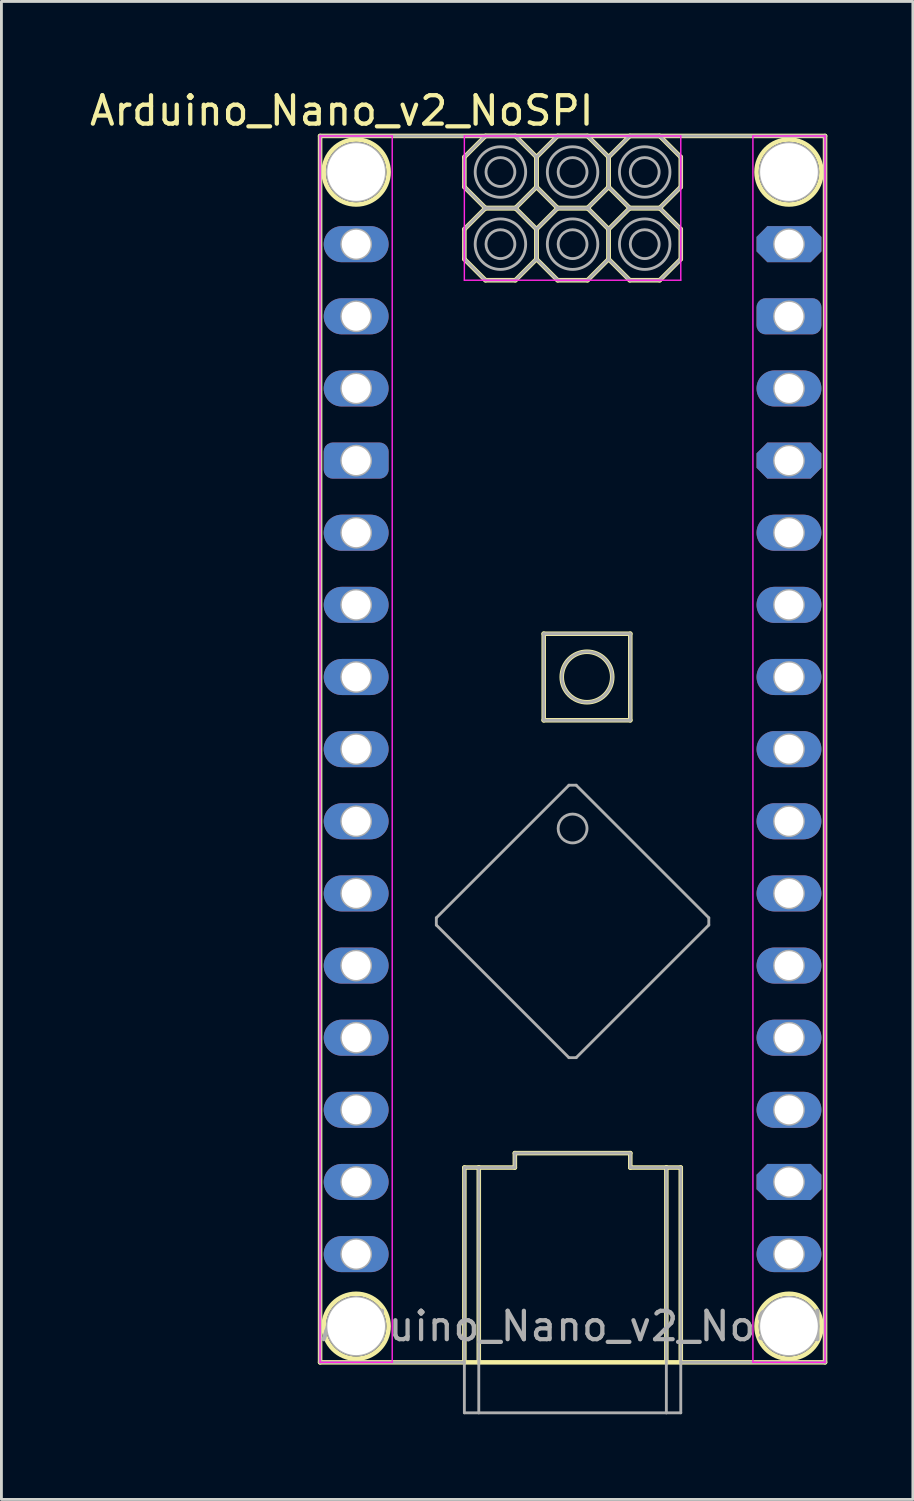
<source format=kicad_pcb>
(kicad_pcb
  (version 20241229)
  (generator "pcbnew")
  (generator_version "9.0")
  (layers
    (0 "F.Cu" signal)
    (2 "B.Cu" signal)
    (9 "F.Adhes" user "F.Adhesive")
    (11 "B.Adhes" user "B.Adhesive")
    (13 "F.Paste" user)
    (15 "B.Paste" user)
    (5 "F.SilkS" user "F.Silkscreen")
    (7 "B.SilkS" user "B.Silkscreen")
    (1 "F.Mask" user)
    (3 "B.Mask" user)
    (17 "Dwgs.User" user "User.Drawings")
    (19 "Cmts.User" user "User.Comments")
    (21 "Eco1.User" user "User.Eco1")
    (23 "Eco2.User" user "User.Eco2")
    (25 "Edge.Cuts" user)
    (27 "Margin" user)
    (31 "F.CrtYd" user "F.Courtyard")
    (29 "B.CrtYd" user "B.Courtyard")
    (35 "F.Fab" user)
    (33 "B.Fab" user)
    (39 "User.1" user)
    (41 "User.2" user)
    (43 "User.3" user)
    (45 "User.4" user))
  (footprint "Arduino_Nano_v2_NoSPI"
    (layer "F.Cu")
    (at 17.11 3.007)
    (property "Reference" "Arduino_Nano_v2_NoSPI" (at -8.128 -2.159 180) (layer "F.SilkS") (effects (font (size 1 1) (thickness 0.15))))
    (attr through_hole)
    (fp_line (start -8.89 -1.27) (end -8.89 41.91) (stroke (width 0.16) (type solid)) (layer "F.SilkS"))
    (fp_line (start -8.89 41.91) (end -3.81 41.91) (stroke (width 0.16) (type solid)) (layer "F.SilkS"))
    (fp_line (start -3.81 -0.526) (end -3.81 0.526) (stroke (width 0.16) (type solid)) (layer "F.SilkS"))
    (fp_line (start -3.81 0.526) (end -3.066 1.27) (stroke (width 0.16) (type solid)) (layer "F.SilkS"))
    (fp_line (start -3.81 2.014) (end -3.81 3.066) (stroke (width 0.16) (type solid)) (layer "F.SilkS"))
    (fp_line (start -3.81 3.066) (end -3.066 3.81) (stroke (width 0.16) (type solid)) (layer "F.SilkS"))
    (fp_line (start -3.81 35.052) (end -3.81 41.91) (stroke (width 0.16) (type solid)) (layer "F.SilkS"))
    (fp_line (start -3.302 35.052) (end -3.81 35.052) (stroke (width 0.16) (type solid)) (layer "F.SilkS"))
    (fp_line (start -3.302 35.052) (end -3.302 41.91) (stroke (width 0.16) (type solid)) (layer "F.SilkS"))
    (fp_line (start -3.302 35.052) (end -2.032 35.052) (stroke (width 0.16) (type solid)) (layer "F.SilkS"))
    (fp_line (start -3.302 41.91) (end -3.81 41.91) (stroke (width 0.16) (type solid)) (layer "F.SilkS"))
    (fp_line (start -3.066 -1.27) (end -3.81 -0.526) (stroke (width 0.16) (type solid)) (layer "F.SilkS"))
    (fp_line (start -3.066 1.27) (end -3.81 2.014) (stroke (width 0.16) (type solid)) (layer "F.SilkS"))
    (fp_line (start -3.066 1.27) (end -2.014 1.27) (stroke (width 0.16) (type solid)) (layer "F.SilkS"))
    (fp_line (start -3.066 3.81) (end -2.014 3.81) (stroke (width 0.16) (type solid)) (layer "F.SilkS"))
    (fp_line (start -2.032 34.544) (end -2.032 35.052) (stroke (width 0.16) (type solid)) (layer "F.SilkS"))
    (fp_line (start -2.032 34.544) (end 2.032 34.544) (stroke (width 0.16) (type solid)) (layer "F.SilkS"))
    (fp_line (start -2.014 -1.27) (end -3.066 -1.27) (stroke (width 0.16) (type solid)) (layer "F.SilkS"))
    (fp_line (start -2.014 1.27) (end -3.066 1.27) (stroke (width 0.16) (type solid)) (layer "F.SilkS"))
    (fp_line (start -2.014 1.27) (end -1.27 0.526) (stroke (width 0.16) (type solid)) (layer "F.SilkS"))
    (fp_line (start -2.014 3.81) (end -1.27 3.066) (stroke (width 0.16) (type solid)) (layer "F.SilkS"))
    (fp_line (start -1.27 -0.526) (end -2.014 -1.27) (stroke (width 0.16) (type solid)) (layer "F.SilkS"))
    (fp_line (start -1.27 -0.526) (end -1.27 0.526) (stroke (width 0.16) (type solid)) (layer "F.SilkS"))
    (fp_line (start -1.27 0.526) (end -1.27 -0.526) (stroke (width 0.16) (type solid)) (layer "F.SilkS"))
    (fp_line (start -1.27 0.526) (end -0.526 1.27) (stroke (width 0.16) (type solid)) (layer "F.SilkS"))
    (fp_line (start -1.27 2.014) (end -2.014 1.27) (stroke (width 0.16) (type solid)) (layer "F.SilkS"))
    (fp_line (start -1.27 2.014) (end -1.27 3.066) (stroke (width 0.16) (type solid)) (layer "F.SilkS"))
    (fp_line (start -1.27 3.066) (end -1.27 2.014) (stroke (width 0.16) (type solid)) (layer "F.SilkS"))
    (fp_line (start -1.27 3.066) (end -0.526 3.81) (stroke (width 0.16) (type solid)) (layer "F.SilkS"))
    (fp_line (start -1.016 16.256) (end -1.016 19.304) (stroke (width 0.16) (type solid)) (layer "F.SilkS"))
    (fp_line (start -1.016 19.304) (end 2.032 19.304) (stroke (width 0.16) (type solid)) (layer "F.SilkS"))
    (fp_line (start -0.526 -1.27) (end -1.27 -0.526) (stroke (width 0.16) (type solid)) (layer "F.SilkS"))
    (fp_line (start -0.526 1.27) (end -1.27 2.014) (stroke (width 0.16) (type solid)) (layer "F.SilkS"))
    (fp_line (start -0.526 1.27) (end 0.526 1.27) (stroke (width 0.16) (type solid)) (layer "F.SilkS"))
    (fp_line (start -0.526 3.81) (end 0.526 3.81) (stroke (width 0.16) (type solid)) (layer "F.SilkS"))
    (fp_line (start 0.526 -1.27) (end -0.526 -1.27) (stroke (width 0.16) (type solid)) (layer "F.SilkS"))
    (fp_line (start 0.526 1.27) (end -0.526 1.27) (stroke (width 0.16) (type solid)) (layer "F.SilkS"))
    (fp_line (start 0.526 1.27) (end 1.27 0.526) (stroke (width 0.16) (type solid)) (layer "F.SilkS"))
    (fp_line (start 0.526 3.81) (end 1.27 3.066) (stroke (width 0.16) (type solid)) (layer "F.SilkS"))
    (fp_line (start 1.27 -0.526) (end 0.526 -1.27) (stroke (width 0.16) (type solid)) (layer "F.SilkS"))
    (fp_line (start 1.27 -0.526) (end 1.27 0.526) (stroke (width 0.16) (type solid)) (layer "F.SilkS"))
    (fp_line (start 1.27 0.526) (end 1.27 -0.526) (stroke (width 0.16) (type solid)) (layer "F.SilkS"))
    (fp_line (start 1.27 0.526) (end 2.014 1.27) (stroke (width 0.16) (type solid)) (layer "F.SilkS"))
    (fp_line (start 1.27 2.014) (end 0.526 1.27) (stroke (width 0.16) (type solid)) (layer "F.SilkS"))
    (fp_line (start 1.27 2.014) (end 1.27 3.066) (stroke (width 0.16) (type solid)) (layer "F.SilkS"))
    (fp_line (start 1.27 3.066) (end 1.27 2.014) (stroke (width 0.16) (type solid)) (layer "F.SilkS"))
    (fp_line (start 1.27 3.066) (end 2.014 3.81) (stroke (width 0.16) (type solid)) (layer "F.SilkS"))
    (fp_line (start 2.014 -1.27) (end 1.27 -0.526) (stroke (width 0.16) (type solid)) (layer "F.SilkS"))
    (fp_line (start 2.014 1.27) (end 1.27 2.014) (stroke (width 0.16) (type solid)) (layer "F.SilkS"))
    (fp_line (start 2.014 1.27) (end 3.066 1.27) (stroke (width 0.16) (type solid)) (layer "F.SilkS"))
    (fp_line (start 2.014 3.81) (end 3.066 3.81) (stroke (width 0.16) (type solid)) (layer "F.SilkS"))
    (fp_line (start 2.032 16.256) (end -1.016 16.256) (stroke (width 0.16) (type solid)) (layer "F.SilkS"))
    (fp_line (start 2.032 19.304) (end 2.032 16.256) (stroke (width 0.16) (type solid)) (layer "F.SilkS"))
    (fp_line (start 2.032 34.544) (end 2.032 35.052) (stroke (width 0.16) (type solid)) (layer "F.SilkS"))
    (fp_line (start 3.066 -1.27) (end 2.014 -1.27) (stroke (width 0.16) (type solid)) (layer "F.SilkS"))
    (fp_line (start 3.066 1.27) (end 2.014 1.27) (stroke (width 0.16) (type solid)) (layer "F.SilkS"))
    (fp_line (start 3.066 1.27) (end 3.81 0.526) (stroke (width 0.16) (type solid)) (layer "F.SilkS"))
    (fp_line (start 3.066 3.81) (end 3.81 3.066) (stroke (width 0.16) (type solid)) (layer "F.SilkS"))
    (fp_line (start 3.302 35.052) (end 2.032 35.052) (stroke (width 0.16) (type solid)) (layer "F.SilkS"))
    (fp_line (start 3.302 35.052) (end 3.302 41.91) (stroke (width 0.16) (type solid)) (layer "F.SilkS"))
    (fp_line (start 3.302 35.052) (end 3.81 35.052) (stroke (width 0.16) (type solid)) (layer "F.SilkS"))
    (fp_line (start 3.302 41.91) (end -3.302 41.91) (stroke (width 0.16) (type solid)) (layer "F.SilkS"))
    (fp_line (start 3.81 -0.526) (end 3.066 -1.27) (stroke (width 0.16) (type solid)) (layer "F.SilkS"))
    (fp_line (start 3.81 0.526) (end 3.81 -0.526) (stroke (width 0.16) (type solid)) (layer "F.SilkS"))
    (fp_line (start 3.81 2.014) (end 3.066 1.27) (stroke (width 0.16) (type solid)) (layer "F.SilkS"))
    (fp_line (start 3.81 3.066) (end 3.81 2.014) (stroke (width 0.16) (type solid)) (layer "F.SilkS"))
    (fp_line (start 3.81 35.052) (end 3.81 41.91) (stroke (width 0.16) (type solid)) (layer "F.SilkS"))
    (fp_line (start 3.81 41.91) (end 3.302 41.91) (stroke (width 0.16) (type solid)) (layer "F.SilkS"))
    (fp_line (start 3.81 41.91) (end 8.89 41.91) (stroke (width 0.16) (type solid)) (layer "F.SilkS"))
    (fp_line (start 8.89 -1.27) (end -8.89 -1.27) (stroke (width 0.16) (type solid)) (layer "F.SilkS"))
    (fp_line (start 8.89 41.91) (end 8.89 -1.27) (stroke (width 0.16) (type solid)) (layer "F.SilkS"))
    (fp_circle (center -7.62 0) (end -8.763 0) (stroke (width 0.16) (type solid)) (fill no) (layer "F.SilkS"))
    (fp_circle (center -7.62 40.64) (end -8.763 40.64) (stroke (width 0.16) (type solid)) (fill no) (layer "F.SilkS"))
    (fp_circle (center 0.508 17.78) (end -0.381 17.78) (stroke (width 0.16) (type solid)) (fill no) (layer "F.SilkS"))
    (fp_circle (center 7.62 0) (end 6.477 0) (stroke (width 0.16) (type solid)) (fill no) (layer "F.SilkS"))
    (fp_circle (center 7.62 40.64) (end 6.477 40.64) (stroke (width 0.16) (type solid)) (fill no) (layer "F.SilkS"))
    (fp_line (start -8.89 -1.27) (end -8.89 41.91) (stroke (width 0.05) (type solid)) (layer "F.CrtYd"))
    (fp_line (start -8.89 41.91) (end -6.35 41.91) (stroke (width 0.05) (type solid)) (layer "F.CrtYd"))
    (fp_line (start -6.35 -1.27) (end -8.89 -1.27) (stroke (width 0.05) (type default)) (layer "F.CrtYd"))
    (fp_line (start -6.35 -1.27) (end -6.35 41.91) (stroke (width 0.05) (type default)) (layer "F.CrtYd"))
    (fp_line (start -3.81 3.81) (end -3.81 -1.27) (stroke (width 0.05) (type default)) (layer "F.CrtYd"))
    (fp_line (start 3.81 -1.27) (end -3.81 -1.27) (stroke (width 0.05) (type solid)) (layer "F.CrtYd"))
    (fp_line (start 3.81 -1.27) (end 3.81 3.81) (stroke (width 0.05) (type default)) (layer "F.CrtYd"))
    (fp_line (start 3.81 3.81) (end -3.81 3.81) (stroke (width 0.05) (type default)) (layer "F.CrtYd"))
    (fp_line (start 6.35 -1.27) (end 8.89 -1.27) (stroke (width 0.05) (type default)) (layer "F.CrtYd"))
    (fp_line (start 6.35 41.91) (end 6.35 -1.27) (stroke (width 0.05) (type default)) (layer "F.CrtYd"))
    (fp_line (start 6.35 41.91) (end 8.89 41.91) (stroke (width 0.05) (type solid)) (layer "F.CrtYd"))
    (fp_line (start 8.89 41.91) (end 8.89 -1.27) (stroke (width 0.05) (type solid)) (layer "F.CrtYd"))
    (fp_line (start -8.89 -1.27) (end -8.89 41.91) (stroke (width 0.1) (type solid)) (layer "F.Fab"))
    (fp_line (start -8.89 41.91) (end -3.81 41.91) (stroke (width 0.1) (type solid)) (layer "F.Fab"))
    (fp_line (start -4.797 26.26) (end -0.127 21.59) (stroke (width 0.1) (type solid)) (layer "F.Fab"))
    (fp_line (start -4.797 26.514) (end -4.797 26.26) (stroke (width 0.1) (type solid)) (layer "F.Fab"))
    (fp_line (start -3.81 -0.526) (end -3.81 0.526) (stroke (width 0.1) (type solid)) (layer "F.Fab"))
    (fp_line (start -3.81 0.526) (end -3.066 1.27) (stroke (width 0.1) (type solid)) (layer "F.Fab"))
    (fp_line (start -3.81 2.014) (end -3.81 3.066) (stroke (width 0.1) (type solid)) (layer "F.Fab"))
    (fp_line (start -3.81 3.066) (end -3.066 3.81) (stroke (width 0.1) (type solid)) (layer "F.Fab"))
    (fp_line (start -3.81 35.052) (end -3.81 43.688) (stroke (width 0.1) (type solid)) (layer "F.Fab"))
    (fp_line (start -3.302 35.052) (end -3.81 35.052) (stroke (width 0.1) (type solid)) (layer "F.Fab"))
    (fp_line (start -3.302 35.052) (end -3.302 43.688) (stroke (width 0.1) (type solid)) (layer "F.Fab"))
    (fp_line (start -3.302 35.052) (end -2.032 35.052) (stroke (width 0.1) (type solid)) (layer "F.Fab"))
    (fp_line (start -3.302 43.688) (end -3.81 43.688) (stroke (width 0.1) (type solid)) (layer "F.Fab"))
    (fp_line (start -3.066 -1.27) (end -3.81 -0.526) (stroke (width 0.1) (type solid)) (layer "F.Fab"))
    (fp_line (start -3.066 1.27) (end -3.81 2.014) (stroke (width 0.1) (type solid)) (layer "F.Fab"))
    (fp_line (start -3.066 1.27) (end -2.014 1.27) (stroke (width 0.1) (type solid)) (layer "F.Fab"))
    (fp_line (start -3.066 3.81) (end -2.014 3.81) (stroke (width 0.1) (type solid)) (layer "F.Fab"))
    (fp_line (start -2.032 34.544) (end -2.032 35.052) (stroke (width 0.1) (type solid)) (layer "F.Fab"))
    (fp_line (start -2.032 34.544) (end 2.032 34.544) (stroke (width 0.1) (type solid)) (layer "F.Fab"))
    (fp_line (start -2.014 -1.27) (end -3.066 -1.27) (stroke (width 0.1) (type solid)) (layer "F.Fab"))
    (fp_line (start -2.014 1.27) (end -3.066 1.27) (stroke (width 0.1) (type solid)) (layer "F.Fab"))
    (fp_line (start -2.014 1.27) (end -1.27 0.526) (stroke (width 0.1) (type solid)) (layer "F.Fab"))
    (fp_line (start -2.014 3.81) (end -1.27 3.066) (stroke (width 0.1) (type solid)) (layer "F.Fab"))
    (fp_line (start -1.27 -0.526) (end -2.014 -1.27) (stroke (width 0.1) (type solid)) (layer "F.Fab"))
    (fp_line (start -1.27 -0.526) (end -1.27 0.526) (stroke (width 0.1) (type solid)) (layer "F.Fab"))
    (fp_line (start -1.27 0.526) (end -1.27 -0.526) (stroke (width 0.1) (type solid)) (layer "F.Fab"))
    (fp_line (start -1.27 0.526) (end -0.526 1.27) (stroke (width 0.1) (type solid)) (layer "F.Fab"))
    (fp_line (start -1.27 2.014) (end -2.014 1.27) (stroke (width 0.1) (type solid)) (layer "F.Fab"))
    (fp_line (start -1.27 2.014) (end -1.27 3.066) (stroke (width 0.1) (type solid)) (layer "F.Fab"))
    (fp_line (start -1.27 3.066) (end -1.27 2.014) (stroke (width 0.1) (type solid)) (layer "F.Fab"))
    (fp_line (start -1.27 3.066) (end -0.526 3.81) (stroke (width 0.1) (type solid)) (layer "F.Fab"))
    (fp_line (start -1.016 16.256) (end -1.016 19.304) (stroke (width 0.1) (type solid)) (layer "F.Fab"))
    (fp_line (start -1.016 19.304) (end 2.032 19.304) (stroke (width 0.1) (type solid)) (layer "F.Fab"))
    (fp_line (start -0.526 -1.27) (end -1.27 -0.526) (stroke (width 0.1) (type solid)) (layer "F.Fab"))
    (fp_line (start -0.526 1.27) (end -1.27 2.014) (stroke (width 0.1) (type solid)) (layer "F.Fab"))
    (fp_line (start -0.526 1.27) (end 0.526 1.27) (stroke (width 0.1) (type solid)) (layer "F.Fab"))
    (fp_line (start -0.526 3.81) (end 0.526 3.81) (stroke (width 0.1) (type solid)) (layer "F.Fab"))
    (fp_line (start -0.127 21.59) (end 0.127 21.59) (stroke (width 0.1) (type solid)) (layer "F.Fab"))
    (fp_line (start -0.127 31.183) (end -4.797 26.514) (stroke (width 0.1) (type solid)) (layer "F.Fab"))
    (fp_line (start 0.127 21.59) (end 4.797 26.26) (stroke (width 0.1) (type solid)) (layer "F.Fab"))
    (fp_line (start 0.127 31.183) (end -0.127 31.183) (stroke (width 0.1) (type solid)) (layer "F.Fab"))
    (fp_line (start 0.526 -1.27) (end -0.526 -1.27) (stroke (width 0.1) (type solid)) (layer "F.Fab"))
    (fp_line (start 0.526 1.27) (end -0.526 1.27) (stroke (width 0.1) (type solid)) (layer "F.Fab"))
    (fp_line (start 0.526 1.27) (end 1.27 0.526) (stroke (width 0.1) (type solid)) (layer "F.Fab"))
    (fp_line (start 0.526 3.81) (end 1.27 3.066) (stroke (width 0.1) (type solid)) (layer "F.Fab"))
    (fp_line (start 1.27 -0.526) (end 0.526 -1.27) (stroke (width 0.1) (type solid)) (layer "F.Fab"))
    (fp_line (start 1.27 -0.526) (end 1.27 0.526) (stroke (width 0.1) (type solid)) (layer "F.Fab"))
    (fp_line (start 1.27 0.526) (end 1.27 -0.526) (stroke (width 0.1) (type solid)) (layer "F.Fab"))
    (fp_line (start 1.27 0.526) (end 2.014 1.27) (stroke (width 0.1) (type solid)) (layer "F.Fab"))
    (fp_line (start 1.27 2.014) (end 0.526 1.27) (stroke (width 0.1) (type solid)) (layer "F.Fab"))
    (fp_line (start 1.27 2.014) (end 1.27 3.066) (stroke (width 0.1) (type solid)) (layer "F.Fab"))
    (fp_line (start 1.27 3.066) (end 1.27 2.014) (stroke (width 0.1) (type solid)) (layer "F.Fab"))
    (fp_line (start 1.27 3.066) (end 2.014 3.81) (stroke (width 0.1) (type solid)) (layer "F.Fab"))
    (fp_line (start 2.014 -1.27) (end 1.27 -0.526) (stroke (width 0.1) (type solid)) (layer "F.Fab"))
    (fp_line (start 2.014 1.27) (end 1.27 2.014) (stroke (width 0.1) (type solid)) (layer "F.Fab"))
    (fp_line (start 2.014 1.27) (end 3.066 1.27) (stroke (width 0.1) (type solid)) (layer "F.Fab"))
    (fp_line (start 2.014 3.81) (end 3.066 3.81) (stroke (width 0.1) (type solid)) (layer "F.Fab"))
    (fp_line (start 2.032 16.256) (end -1.016 16.256) (stroke (width 0.1) (type solid)) (layer "F.Fab"))
    (fp_line (start 2.032 19.304) (end 2.032 16.256) (stroke (width 0.1) (type solid)) (layer "F.Fab"))
    (fp_line (start 2.032 34.544) (end 2.032 35.052) (stroke (width 0.1) (type solid)) (layer "F.Fab"))
    (fp_line (start 3.066 -1.27) (end 2.014 -1.27) (stroke (width 0.1) (type solid)) (layer "F.Fab"))
    (fp_line (start 3.066 1.27) (end 2.014 1.27) (stroke (width 0.1) (type solid)) (layer "F.Fab"))
    (fp_line (start 3.066 1.27) (end 3.81 0.526) (stroke (width 0.1) (type solid)) (layer "F.Fab"))
    (fp_line (start 3.066 3.81) (end 3.81 3.066) (stroke (width 0.1) (type solid)) (layer "F.Fab"))
    (fp_line (start 3.302 35.052) (end 2.032 35.052) (stroke (width 0.1) (type solid)) (layer "F.Fab"))
    (fp_line (start 3.302 35.052) (end 3.302 43.688) (stroke (width 0.1) (type solid)) (layer "F.Fab"))
    (fp_line (start 3.302 35.052) (end 3.81 35.052) (stroke (width 0.1) (type solid)) (layer "F.Fab"))
    (fp_line (start 3.302 43.688) (end -3.302 43.688) (stroke (width 0.1) (type solid)) (layer "F.Fab"))
    (fp_line (start 3.81 -0.526) (end 3.066 -1.27) (stroke (width 0.1) (type solid)) (layer "F.Fab"))
    (fp_line (start 3.81 0.526) (end 3.81 -0.526) (stroke (width 0.1) (type solid)) (layer "F.Fab"))
    (fp_line (start 3.81 2.014) (end 3.066 1.27) (stroke (width 0.1) (type solid)) (layer "F.Fab"))
    (fp_line (start 3.81 3.066) (end 3.81 2.014) (stroke (width 0.1) (type solid)) (layer "F.Fab"))
    (fp_line (start 3.81 35.052) (end 3.81 43.688) (stroke (width 0.1) (type solid)) (layer "F.Fab"))
    (fp_line (start 3.81 41.91) (end 8.89 41.91) (stroke (width 0.1) (type solid)) (layer "F.Fab"))
    (fp_line (start 3.81 43.688) (end 3.302 43.688) (stroke (width 0.1) (type solid)) (layer "F.Fab"))
    (fp_line (start 4.797 26.26) (end 4.797 26.514) (stroke (width 0.1) (type solid)) (layer "F.Fab"))
    (fp_line (start 4.797 26.514) (end 0.127 31.183) (stroke (width 0.1) (type solid)) (layer "F.Fab"))
    (fp_line (start 8.89 -1.27) (end -8.89 -1.27) (stroke (width 0.1) (type solid)) (layer "F.Fab"))
    (fp_line (start 8.89 41.91) (end 8.89 -1.27) (stroke (width 0.1) (type solid)) (layer "F.Fab"))
    (fp_circle (center -7.62 0) (end -8.636 0) (stroke (width 0.1) (type solid)) (fill no) (layer "F.Fab"))
    (fp_circle (center -7.62 2.54) (end -8.128 2.54) (stroke (width 0.1) (type solid)) (fill no) (layer "F.Fab"))
    (fp_circle (center -7.62 5.08) (end -8.128 5.08) (stroke (width 0.1) (type solid)) (fill no) (layer "F.Fab"))
    (fp_circle (center -7.62 7.62) (end -8.128 7.62) (stroke (width 0.1) (type solid)) (fill no) (layer "F.Fab"))
    (fp_circle (center -7.62 10.16) (end -8.128 10.16) (stroke (width 0.1) (type solid)) (fill no) (layer "F.Fab"))
    (fp_circle (center -7.62 12.7) (end -8.128 12.7) (stroke (width 0.1) (type solid)) (fill no) (layer "F.Fab"))
    (fp_circle (center -7.62 15.24) (end -8.128 15.24) (stroke (width 0.1) (type solid)) (fill no) (layer "F.Fab"))
    (fp_circle (center -7.62 17.78) (end -8.128 17.78) (stroke (width 0.1) (type solid)) (fill no) (layer "F.Fab"))
    (fp_circle (center -7.62 20.32) (end -8.128 20.32) (stroke (width 0.1) (type solid)) (fill no) (layer "F.Fab"))
    (fp_circle (center -7.62 22.86) (end -8.128 22.86) (stroke (width 0.1) (type solid)) (fill no) (layer "F.Fab"))
    (fp_circle (center -7.62 25.4) (end -8.128 25.4) (stroke (width 0.1) (type solid)) (fill no) (layer "F.Fab"))
    (fp_circle (center -7.62 27.94) (end -8.128 27.94) (stroke (width 0.1) (type solid)) (fill no) (layer "F.Fab"))
    (fp_circle (center -7.62 30.48) (end -8.128 30.48) (stroke (width 0.1) (type solid)) (fill no) (layer "F.Fab"))
    (fp_circle (center -7.62 33.02) (end -8.128 33.02) (stroke (width 0.1) (type solid)) (fill no) (layer "F.Fab"))
    (fp_circle (center -7.62 35.56) (end -8.128 35.56) (stroke (width 0.1) (type solid)) (fill no) (layer "F.Fab"))
    (fp_circle (center -7.62 38.1) (end -8.128 38.1) (stroke (width 0.1) (type solid)) (fill no) (layer "F.Fab"))
    (fp_circle (center -7.62 40.64) (end -8.636 40.64) (stroke (width 0.1) (type solid)) (fill no) (layer "F.Fab"))
    (fp_circle (center -2.54 0) (end -3.429 0) (stroke (width 0.1) (type solid)) (fill no) (layer "F.Fab"))
    (fp_circle (center -2.54 0) (end -3.048 0) (stroke (width 0.1) (type solid)) (fill no) (layer "F.Fab"))
    (fp_circle (center -2.54 2.54) (end -3.429 2.54) (stroke (width 0.1) (type solid)) (fill no) (layer "F.Fab"))
    (fp_circle (center -2.54 2.54) (end -3.048 2.54) (stroke (width 0.1) (type solid)) (fill no) (layer "F.Fab"))
    (fp_circle (center 0 0) (end -0.889 0) (stroke (width 0.1) (type solid)) (fill no) (layer "F.Fab"))
    (fp_circle (center 0 0) (end -0.508 0) (stroke (width 0.1) (type solid)) (fill no) (layer "F.Fab"))
    (fp_circle (center 0 2.54) (end -0.889 2.54) (stroke (width 0.1) (type solid)) (fill no) (layer "F.Fab"))
    (fp_circle (center 0 2.54) (end -0.508 2.54) (stroke (width 0.1) (type solid)) (fill no) (layer "F.Fab"))
    (fp_circle (center 0 23.114) (end -0.508 23.114) (stroke (width 0.1) (type solid)) (fill no) (layer "F.Fab"))
    (fp_circle (center 0.508 17.78) (end -0.381 17.78) (stroke (width 0.1) (type solid)) (fill no) (layer "F.Fab"))
    (fp_circle (center 2.54 0) (end 1.651 0) (stroke (width 0.1) (type solid)) (fill no) (layer "F.Fab"))
    (fp_circle (center 2.54 0) (end 2.032 0) (stroke (width 0.1) (type solid)) (fill no) (layer "F.Fab"))
    (fp_circle (center 2.54 2.54) (end 1.651 2.54) (stroke (width 0.1) (type solid)) (fill no) (layer "F.Fab"))
    (fp_circle (center 2.54 2.54) (end 2.032 2.54) (stroke (width 0.1) (type solid)) (fill no) (layer "F.Fab"))
    (fp_circle (center 7.62 0) (end 6.604 0) (stroke (width 0.1) (type solid)) (fill no) (layer "F.Fab"))
    (fp_circle (center 7.62 2.54) (end 7.112 2.54) (stroke (width 0.1) (type solid)) (fill no) (layer "F.Fab"))
    (fp_circle (center 7.62 5.08) (end 7.112 5.08) (stroke (width 0.1) (type solid)) (fill no) (layer "F.Fab"))
    (fp_circle (center 7.62 7.62) (end 7.112 7.62) (stroke (width 0.1) (type solid)) (fill no) (layer "F.Fab"))
    (fp_circle (center 7.62 10.16) (end 7.112 10.16) (stroke (width 0.1) (type solid)) (fill no) (layer "F.Fab"))
    (fp_circle (center 7.62 12.7) (end 7.112 12.7) (stroke (width 0.1) (type solid)) (fill no) (layer "F.Fab"))
    (fp_circle (center 7.62 15.24) (end 7.112 15.24) (stroke (width 0.1) (type solid)) (fill no) (layer "F.Fab"))
    (fp_circle (center 7.62 17.78) (end 7.112 17.78) (stroke (width 0.1) (type solid)) (fill no) (layer "F.Fab"))
    (fp_circle (center 7.62 20.32) (end 7.112 20.32) (stroke (width 0.1) (type solid)) (fill no) (layer "F.Fab"))
    (fp_circle (center 7.62 22.86) (end 7.112 22.86) (stroke (width 0.1) (type solid)) (fill no) (layer "F.Fab"))
    (fp_circle (center 7.62 25.4) (end 7.112 25.4) (stroke (width 0.1) (type solid)) (fill no) (layer "F.Fab"))
    (fp_circle (center 7.62 27.94) (end 7.112 27.94) (stroke (width 0.1) (type solid)) (fill no) (layer "F.Fab"))
    (fp_circle (center 7.62 30.48) (end 7.112 30.48) (stroke (width 0.1) (type solid)) (fill no) (layer "F.Fab"))
    (fp_circle (center 7.62 33.02) (end 7.112 33.02) (stroke (width 0.1) (type solid)) (fill no) (layer "F.Fab"))
    (fp_circle (center 7.62 35.56) (end 7.112 35.56) (stroke (width 0.1) (type solid)) (fill no) (layer "F.Fab"))
    (fp_circle (center 7.62 38.1) (end 7.112 38.1) (stroke (width 0.1) (type solid)) (fill no) (layer "F.Fab"))
    (fp_circle (center 7.62 40.64) (end 6.604 40.64) (stroke (width 0.1) (type solid)) (fill no) (layer "F.Fab"))
    (fp_text user "${REFERENCE}" (at 0 40.64 180) (layer "F.Fab") (effects (font (size 1 1) (thickness 0.15))))
    (pad "" np_thru_hole circle (at -7.62 0) (size 2.032 2.032) (drill 2.032) (layers "*.Cu" "*.Mask"))
    (pad "" np_thru_hole circle (at -7.62 40.64) (size 2.032 2.032) (drill 2.032) (layers "*.Cu" "*.Mask"))
    (pad "" np_thru_hole circle (at 7.62 0) (size 2.032 2.032) (drill 2.032) (layers "*.Cu" "*.Mask"))
    (pad "" np_thru_hole circle (at 7.62 40.64) (size 2.032 2.032) (drill 2.032) (layers "*.Cu" "*.Mask"))
    (pad "3V3" thru_hole roundrect (at 7.62 35.56) (size 2.286 1.27) (drill 1.016) (layers "*.Cu" "*.Mask") (roundrect_rratio 0) (chamfer_ratio 0.3) (chamfer top_left top_right bottom_left bottom_right))
    (pad "5V" thru_hole roundrect (at 7.62 10.16) (size 2.286 1.27) (drill 1.016) (layers "*.Cu" "*.Mask") (roundrect_rratio 0) (chamfer_ratio 0.3) (chamfer top_left top_right bottom_left bottom_right))
    (pad "A0" thru_hole oval (at 7.62 30.48) (size 2.286 1.27) (drill 1.016) (layers "*.Cu" "*.Mask"))
    (pad "A1" thru_hole oval (at 7.62 27.94) (size 2.286 1.27) (drill 1.016) (layers "*.Cu" "*.Mask"))
    (pad "A2" thru_hole oval (at 7.62 25.4) (size 2.286 1.27) (drill 1.016) (layers "*.Cu" "*.Mask"))
    (pad "A3" thru_hole oval (at 7.62 22.86) (size 2.286 1.27) (drill 1.016) (layers "*.Cu" "*.Mask"))
    (pad "A4" thru_hole oval (at 7.62 20.32) (size 2.286 1.27) (drill 1.016) (layers "*.Cu" "*.Mask"))
    (pad "A5" thru_hole oval (at 7.62 17.78) (size 2.286 1.27) (drill 1.016) (layers "*.Cu" "*.Mask"))
    (pad "A6" thru_hole oval (at 7.62 15.24) (size 2.286 1.27) (drill 1.016) (layers "*.Cu" "*.Mask"))
    (pad "A7" thru_hole oval (at 7.62 12.7) (size 2.286 1.27) (drill 1.016) (layers "*.Cu" "*.Mask"))
    (pad "AREF" thru_hole oval (at 7.62 33.02) (size 2.286 1.27) (drill 1.016) (layers "*.Cu" "*.Mask"))
    (pad "D0" thru_hole oval (at -7.62 5.08) (size 2.286 1.27) (drill 1.016) (layers "*.Cu" "*.Mask"))
    (pad "D1" thru_hole oval (at -7.62 2.54) (size 2.286 1.27) (drill 1.016) (layers "*.Cu" "*.Mask"))
    (pad "D2" thru_hole oval (at -7.62 12.7) (size 2.286 1.27) (drill 1.016) (layers "*.Cu" "*.Mask"))
    (pad "D3" thru_hole oval (at -7.62 15.24) (size 2.286 1.27) (drill 1.016) (layers "*.Cu" "*.Mask"))
    (pad "D4" thru_hole oval (at -7.62 17.78) (size 2.286 1.27) (drill 1.016) (layers "*.Cu" "*.Mask"))
    (pad "D5" thru_hole oval (at -7.62 20.32) (size 2.286 1.27) (drill 1.016) (layers "*.Cu" "*.Mask"))
    (pad "D6" thru_hole oval (at -7.62 22.86) (size 2.286 1.27) (drill 1.016) (layers "*.Cu" "*.Mask"))
    (pad "D7" thru_hole oval (at -7.62 25.4) (size 2.286 1.27) (drill 1.016) (layers "*.Cu" "*.Mask"))
    (pad "D8" thru_hole oval (at -7.62 27.94) (size 2.286 1.27) (drill 1.016) (layers "*.Cu" "*.Mask"))
    (pad "D9" thru_hole oval (at -7.62 30.48) (size 2.286 1.27) (drill 1.016) (layers "*.Cu" "*.Mask"))
    (pad "D10" thru_hole oval (at -7.62 33.02) (size 2.286 1.27) (drill 1.016) (layers "*.Cu" "*.Mask"))
    (pad "D11" thru_hole oval (at -7.62 35.56) (size 2.286 1.27) (drill 1.016) (layers "*.Cu" "*.Mask"))
    (pad "D12" thru_hole oval (at -7.62 38.1) (size 2.286 1.27) (drill 1.016) (layers "*.Cu" "*.Mask"))
    (pad "D13" thru_hole oval (at 7.62 38.1) (size 2.286 1.27) (drill 1.016) (layers "*.Cu" "*.Mask"))
    (pad "GND1" thru_hole roundrect (at -7.62 10.16) (size 2.286 1.27) (drill 1.016) (layers "*.Cu" "*.Mask") (roundrect_rratio 0.25))
    (pad "GND2" thru_hole roundrect (at 7.62 5.08) (size 2.286 1.27) (drill 1.016) (layers "*.Cu" "*.Mask") (roundrect_rratio 0.25))
    (pad "RST1" thru_hole oval (at -7.62 7.62) (size 2.286 1.27) (drill 1.016) (layers "*.Cu" "*.Mask"))
    (pad "RST2" thru_hole oval (at 7.62 7.62) (size 2.286 1.27) (drill 1.016) (layers "*.Cu" "*.Mask"))
    (pad "VIN" thru_hole roundrect (at 7.62 2.54) (size 2.286 1.27) (drill 1.016) (layers "*.Cu" "*.Mask") (roundrect_rratio 0.35) (chamfer_ratio 0.3) (chamfer top_left top_right bottom_left bottom_right)))
  (gr_rect
    (start -3 -3)
    (end 29.092 49.745)
    (stroke (width 0.1) (type default))
    (fill no)
    (layer "Edge.Cuts")))
</source>
